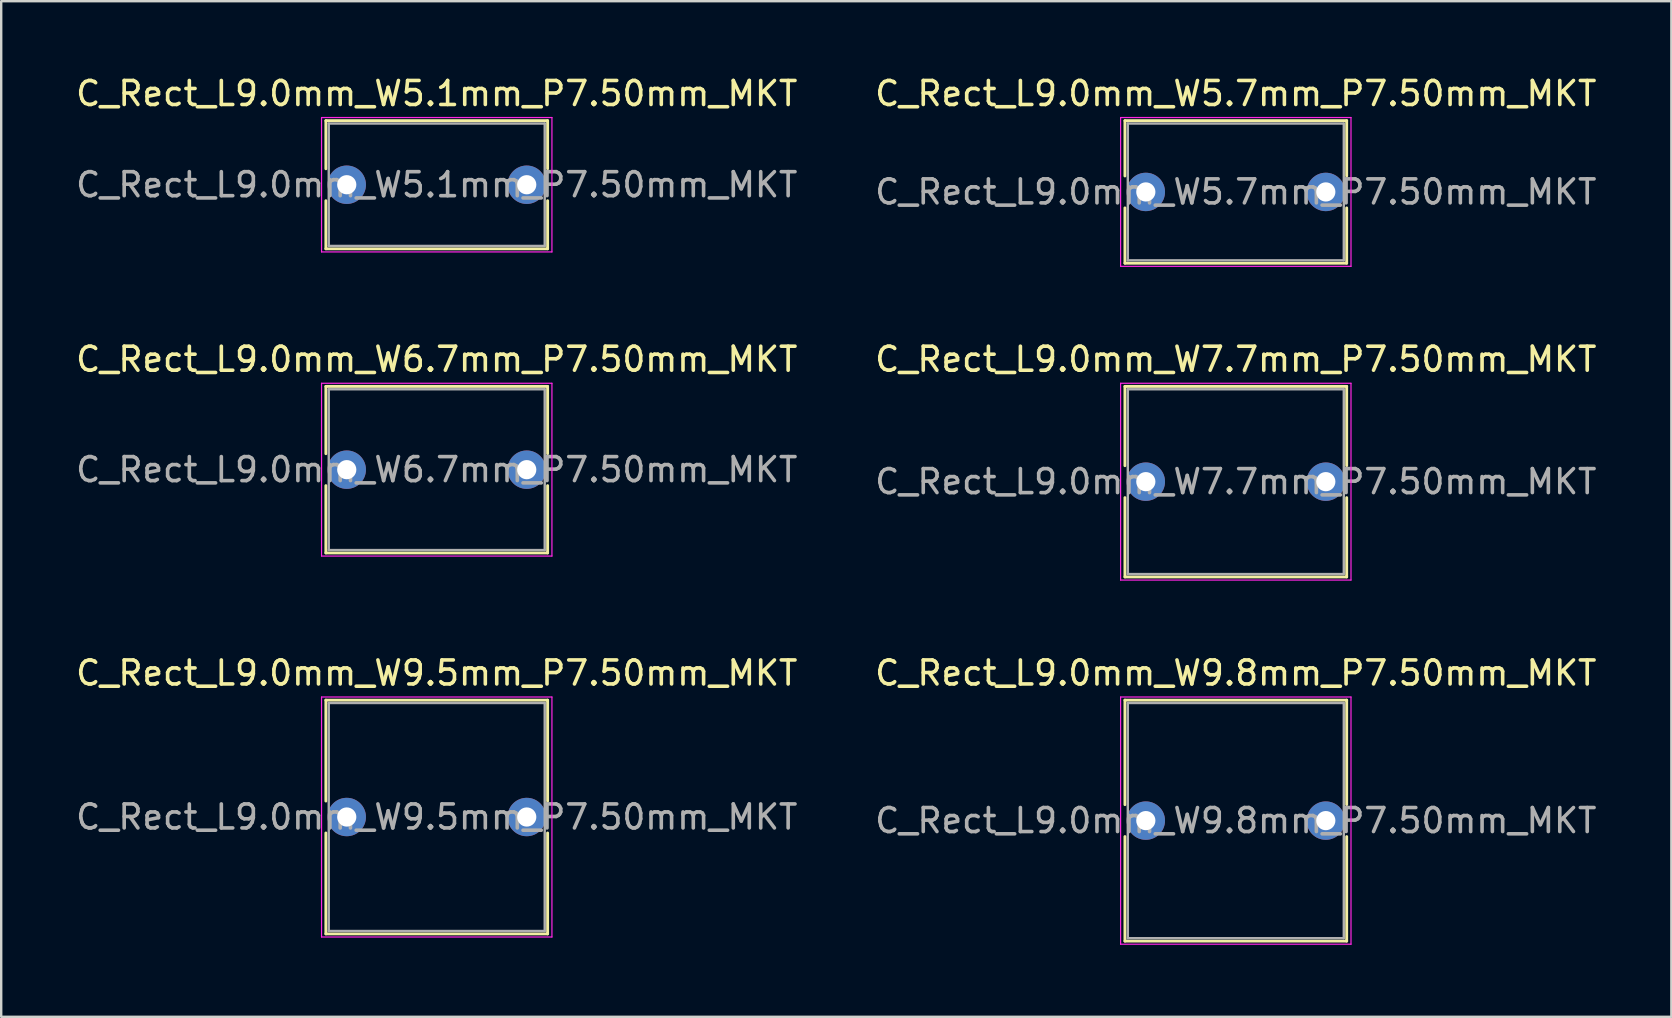
<source format=kicad_pcb>
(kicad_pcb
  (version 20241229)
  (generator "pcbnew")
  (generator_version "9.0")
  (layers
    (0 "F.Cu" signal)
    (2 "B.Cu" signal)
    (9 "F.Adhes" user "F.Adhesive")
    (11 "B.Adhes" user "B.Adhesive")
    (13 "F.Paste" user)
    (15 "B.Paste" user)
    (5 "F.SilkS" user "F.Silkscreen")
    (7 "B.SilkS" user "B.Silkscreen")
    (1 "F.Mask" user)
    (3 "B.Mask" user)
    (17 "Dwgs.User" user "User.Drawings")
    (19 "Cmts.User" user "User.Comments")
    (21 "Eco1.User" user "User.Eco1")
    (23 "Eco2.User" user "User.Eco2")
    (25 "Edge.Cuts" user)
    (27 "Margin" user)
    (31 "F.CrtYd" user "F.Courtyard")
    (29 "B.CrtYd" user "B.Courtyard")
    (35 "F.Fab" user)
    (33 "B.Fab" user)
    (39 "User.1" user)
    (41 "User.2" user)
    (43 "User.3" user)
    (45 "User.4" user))
  (footprint "C_Rect_L9.0mm_W7.7mm_P7.50mm_MKT"
    (layer "F.Cu")
    (at 44.696 17.021)
    (property "Reference" "C_Rect_L9.0mm_W7.7mm_P7.50mm_MKT" (at 3.75 -5.1 0) (layer "F.SilkS") (effects (font (size 1 1) (thickness 0.15))))
    (attr through_hole)
    (fp_line (start -0.87 -3.97) (end -0.87 -0.665) (stroke (width 0.12) (type solid)) (layer "F.SilkS"))
    (fp_line (start -0.87 -3.97) (end 8.37 -3.97) (stroke (width 0.12) (type solid)) (layer "F.SilkS"))
    (fp_line (start -0.87 0.665) (end -0.87 3.97) (stroke (width 0.12) (type solid)) (layer "F.SilkS"))
    (fp_line (start -0.87 3.97) (end 8.37 3.97) (stroke (width 0.12) (type solid)) (layer "F.SilkS"))
    (fp_line (start 8.37 -3.97) (end 8.37 -0.665) (stroke (width 0.12) (type solid)) (layer "F.SilkS"))
    (fp_line (start 8.37 0.665) (end 8.37 3.97) (stroke (width 0.12) (type solid)) (layer "F.SilkS"))
    (fp_line (start -1.05 -4.1) (end -1.05 4.1) (stroke (width 0.05) (type solid)) (layer "F.CrtYd"))
    (fp_line (start -1.05 4.1) (end 8.55 4.1) (stroke (width 0.05) (type solid)) (layer "F.CrtYd"))
    (fp_line (start 8.55 -4.1) (end -1.05 -4.1) (stroke (width 0.05) (type solid)) (layer "F.CrtYd"))
    (fp_line (start 8.55 4.1) (end 8.55 -4.1) (stroke (width 0.05) (type solid)) (layer "F.CrtYd"))
    (fp_line (start -0.75 -3.85) (end -0.75 3.85) (stroke (width 0.1) (type solid)) (layer "F.Fab"))
    (fp_line (start -0.75 3.85) (end 8.25 3.85) (stroke (width 0.1) (type solid)) (layer "F.Fab"))
    (fp_line (start 8.25 -3.85) (end -0.75 -3.85) (stroke (width 0.1) (type solid)) (layer "F.Fab"))
    (fp_line (start 8.25 3.85) (end 8.25 -3.85) (stroke (width 0.1) (type solid)) (layer "F.Fab"))
    (fp_text user "${REFERENCE}" (at 3.75 0 0) (layer "F.Fab") (effects (font (size 1 1) (thickness 0.15))))
    (pad "1" thru_hole circle (at 0 0) (size 1.6 1.6) (drill 0.8) (layers "*.Cu" "*.Mask"))
    (pad "2" thru_hole circle (at 7.5 0) (size 1.6 1.6) (drill 0.8) (layers "*.Cu" "*.Mask")))
  (footprint "C_Rect_L9.0mm_W9.8mm_P7.50mm_MKT"
    (layer "F.Cu")
    (at 44.696 31.145)
    (property "Reference" "C_Rect_L9.0mm_W9.8mm_P7.50mm_MKT" (at 3.75 -6.15 0) (layer "F.SilkS") (effects (font (size 1 1) (thickness 0.15))))
    (attr through_hole)
    (fp_line (start -0.87 -5.02) (end -0.87 -0.665) (stroke (width 0.12) (type solid)) (layer "F.SilkS"))
    (fp_line (start -0.87 -5.02) (end 8.37 -5.02) (stroke (width 0.12) (type solid)) (layer "F.SilkS"))
    (fp_line (start -0.87 0.665) (end -0.87 5.02) (stroke (width 0.12) (type solid)) (layer "F.SilkS"))
    (fp_line (start -0.87 5.02) (end 8.37 5.02) (stroke (width 0.12) (type solid)) (layer "F.SilkS"))
    (fp_line (start 8.37 -5.02) (end 8.37 -0.665) (stroke (width 0.12) (type solid)) (layer "F.SilkS"))
    (fp_line (start 8.37 0.665) (end 8.37 5.02) (stroke (width 0.12) (type solid)) (layer "F.SilkS"))
    (fp_line (start -1.05 -5.15) (end -1.05 5.15) (stroke (width 0.05) (type solid)) (layer "F.CrtYd"))
    (fp_line (start -1.05 5.15) (end 8.55 5.15) (stroke (width 0.05) (type solid)) (layer "F.CrtYd"))
    (fp_line (start 8.55 -5.15) (end -1.05 -5.15) (stroke (width 0.05) (type solid)) (layer "F.CrtYd"))
    (fp_line (start 8.55 5.15) (end 8.55 -5.15) (stroke (width 0.05) (type solid)) (layer "F.CrtYd"))
    (fp_line (start -0.75 -4.9) (end -0.75 4.9) (stroke (width 0.1) (type solid)) (layer "F.Fab"))
    (fp_line (start -0.75 4.9) (end 8.25 4.9) (stroke (width 0.1) (type solid)) (layer "F.Fab"))
    (fp_line (start 8.25 -4.9) (end -0.75 -4.9) (stroke (width 0.1) (type solid)) (layer "F.Fab"))
    (fp_line (start 8.25 4.9) (end 8.25 -4.9) (stroke (width 0.1) (type solid)) (layer "F.Fab"))
    (fp_text user "${REFERENCE}" (at 3.75 0 0) (layer "F.Fab") (effects (font (size 1 1) (thickness 0.15))))
    (pad "1" thru_hole circle (at 0 0) (size 1.6 1.6) (drill 0.8) (layers "*.Cu" "*.Mask"))
    (pad "2" thru_hole circle (at 7.5 0) (size 1.6 1.6) (drill 0.8) (layers "*.Cu" "*.Mask")))
  (footprint "C_Rect_L9.0mm_W6.7mm_P7.50mm_MKT"
    (layer "F.Cu")
    (at 11.399 16.521)
    (property "Reference" "C_Rect_L9.0mm_W6.7mm_P7.50mm_MKT" (at 3.75 -4.6 0) (layer "F.SilkS") (effects (font (size 1 1) (thickness 0.15))))
    (attr through_hole)
    (fp_line (start -0.87 -3.47) (end -0.87 -0.665) (stroke (width 0.12) (type solid)) (layer "F.SilkS"))
    (fp_line (start -0.87 -3.47) (end 8.37 -3.47) (stroke (width 0.12) (type solid)) (layer "F.SilkS"))
    (fp_line (start -0.87 0.665) (end -0.87 3.47) (stroke (width 0.12) (type solid)) (layer "F.SilkS"))
    (fp_line (start -0.87 3.47) (end 8.37 3.47) (stroke (width 0.12) (type solid)) (layer "F.SilkS"))
    (fp_line (start 8.37 -3.47) (end 8.37 -0.665) (stroke (width 0.12) (type solid)) (layer "F.SilkS"))
    (fp_line (start 8.37 0.665) (end 8.37 3.47) (stroke (width 0.12) (type solid)) (layer "F.SilkS"))
    (fp_line (start -1.05 -3.6) (end -1.05 3.6) (stroke (width 0.05) (type solid)) (layer "F.CrtYd"))
    (fp_line (start -1.05 3.6) (end 8.55 3.6) (stroke (width 0.05) (type solid)) (layer "F.CrtYd"))
    (fp_line (start 8.55 -3.6) (end -1.05 -3.6) (stroke (width 0.05) (type solid)) (layer "F.CrtYd"))
    (fp_line (start 8.55 3.6) (end 8.55 -3.6) (stroke (width 0.05) (type solid)) (layer "F.CrtYd"))
    (fp_line (start -0.75 -3.35) (end -0.75 3.35) (stroke (width 0.1) (type solid)) (layer "F.Fab"))
    (fp_line (start -0.75 3.35) (end 8.25 3.35) (stroke (width 0.1) (type solid)) (layer "F.Fab"))
    (fp_line (start 8.25 -3.35) (end -0.75 -3.35) (stroke (width 0.1) (type solid)) (layer "F.Fab"))
    (fp_line (start 8.25 3.35) (end 8.25 -3.35) (stroke (width 0.1) (type solid)) (layer "F.Fab"))
    (fp_text user "${REFERENCE}" (at 3.75 0 0) (layer "F.Fab") (effects (font (size 1 1) (thickness 0.15))))
    (pad "1" thru_hole circle (at 0 0) (size 1.6 1.6) (drill 0.8) (layers "*.Cu" "*.Mask"))
    (pad "2" thru_hole circle (at 7.5 0) (size 1.6 1.6) (drill 0.8) (layers "*.Cu" "*.Mask")))
  (footprint "C_Rect_L9.0mm_W5.7mm_P7.50mm_MKT"
    (layer "F.Cu")
    (at 44.696 4.948)
    (property "Reference" "C_Rect_L9.0mm_W5.7mm_P7.50mm_MKT" (at 3.75 -4.1 0) (layer "F.SilkS") (effects (font (size 1 1) (thickness 0.15))))
    (attr through_hole)
    (fp_line (start -0.87 -2.97) (end -0.87 -0.665) (stroke (width 0.12) (type solid)) (layer "F.SilkS"))
    (fp_line (start -0.87 -2.97) (end 8.37 -2.97) (stroke (width 0.12) (type solid)) (layer "F.SilkS"))
    (fp_line (start -0.87 0.665) (end -0.87 2.97) (stroke (width 0.12) (type solid)) (layer "F.SilkS"))
    (fp_line (start -0.87 2.97) (end 8.37 2.97) (stroke (width 0.12) (type solid)) (layer "F.SilkS"))
    (fp_line (start 8.37 -2.97) (end 8.37 -0.665) (stroke (width 0.12) (type solid)) (layer "F.SilkS"))
    (fp_line (start 8.37 0.665) (end 8.37 2.97) (stroke (width 0.12) (type solid)) (layer "F.SilkS"))
    (fp_line (start -1.05 -3.1) (end -1.05 3.1) (stroke (width 0.05) (type solid)) (layer "F.CrtYd"))
    (fp_line (start -1.05 3.1) (end 8.55 3.1) (stroke (width 0.05) (type solid)) (layer "F.CrtYd"))
    (fp_line (start 8.55 -3.1) (end -1.05 -3.1) (stroke (width 0.05) (type solid)) (layer "F.CrtYd"))
    (fp_line (start 8.55 3.1) (end 8.55 -3.1) (stroke (width 0.05) (type solid)) (layer "F.CrtYd"))
    (fp_line (start -0.75 -2.85) (end -0.75 2.85) (stroke (width 0.1) (type solid)) (layer "F.Fab"))
    (fp_line (start -0.75 2.85) (end 8.25 2.85) (stroke (width 0.1) (type solid)) (layer "F.Fab"))
    (fp_line (start 8.25 -2.85) (end -0.75 -2.85) (stroke (width 0.1) (type solid)) (layer "F.Fab"))
    (fp_line (start 8.25 2.85) (end 8.25 -2.85) (stroke (width 0.1) (type solid)) (layer "F.Fab"))
    (fp_text user "${REFERENCE}" (at 3.75 0 0) (layer "F.Fab") (effects (font (size 1 1) (thickness 0.15))))
    (pad "1" thru_hole circle (at 0 0) (size 1.6 1.6) (drill 0.8) (layers "*.Cu" "*.Mask"))
    (pad "2" thru_hole circle (at 7.5 0) (size 1.6 1.6) (drill 0.8) (layers "*.Cu" "*.Mask")))
  (footprint "C_Rect_L9.0mm_W9.5mm_P7.50mm_MKT"
    (layer "F.Cu")
    (at 11.399 30.995)
    (property "Reference" "C_Rect_L9.0mm_W9.5mm_P7.50mm_MKT" (at 3.75 -6 0) (layer "F.SilkS") (effects (font (size 1 1) (thickness 0.15))))
    (attr through_hole)
    (fp_line (start -0.87 -4.87) (end -0.87 -0.665) (stroke (width 0.12) (type solid)) (layer "F.SilkS"))
    (fp_line (start -0.87 -4.87) (end 8.37 -4.87) (stroke (width 0.12) (type solid)) (layer "F.SilkS"))
    (fp_line (start -0.87 0.665) (end -0.87 4.87) (stroke (width 0.12) (type solid)) (layer "F.SilkS"))
    (fp_line (start -0.87 4.87) (end 8.37 4.87) (stroke (width 0.12) (type solid)) (layer "F.SilkS"))
    (fp_line (start 8.37 -4.87) (end 8.37 -0.665) (stroke (width 0.12) (type solid)) (layer "F.SilkS"))
    (fp_line (start 8.37 0.665) (end 8.37 4.87) (stroke (width 0.12) (type solid)) (layer "F.SilkS"))
    (fp_line (start -1.05 -5) (end -1.05 5) (stroke (width 0.05) (type solid)) (layer "F.CrtYd"))
    (fp_line (start -1.05 5) (end 8.55 5) (stroke (width 0.05) (type solid)) (layer "F.CrtYd"))
    (fp_line (start 8.55 -5) (end -1.05 -5) (stroke (width 0.05) (type solid)) (layer "F.CrtYd"))
    (fp_line (start 8.55 5) (end 8.55 -5) (stroke (width 0.05) (type solid)) (layer "F.CrtYd"))
    (fp_line (start -0.75 -4.75) (end -0.75 4.75) (stroke (width 0.1) (type solid)) (layer "F.Fab"))
    (fp_line (start -0.75 4.75) (end 8.25 4.75) (stroke (width 0.1) (type solid)) (layer "F.Fab"))
    (fp_line (start 8.25 -4.75) (end -0.75 -4.75) (stroke (width 0.1) (type solid)) (layer "F.Fab"))
    (fp_line (start 8.25 4.75) (end 8.25 -4.75) (stroke (width 0.1) (type solid)) (layer "F.Fab"))
    (fp_text user "${REFERENCE}" (at 3.75 0 0) (layer "F.Fab") (effects (font (size 1 1) (thickness 0.15))))
    (pad "1" thru_hole circle (at 0 0) (size 1.6 1.6) (drill 0.8) (layers "*.Cu" "*.Mask"))
    (pad "2" thru_hole circle (at 7.5 0) (size 1.6 1.6) (drill 0.8) (layers "*.Cu" "*.Mask")))
  (footprint "C_Rect_L9.0mm_W5.1mm_P7.50mm_MKT"
    (layer "F.Cu")
    (at 11.399 4.648)
    (property "Reference" "C_Rect_L9.0mm_W5.1mm_P7.50mm_MKT" (at 3.75 -3.8 0) (layer "F.SilkS") (effects (font (size 1 1) (thickness 0.15))))
    (attr through_hole)
    (fp_line (start -0.87 -2.67) (end -0.87 -0.665) (stroke (width 0.12) (type solid)) (layer "F.SilkS"))
    (fp_line (start -0.87 -2.67) (end 8.37 -2.67) (stroke (width 0.12) (type solid)) (layer "F.SilkS"))
    (fp_line (start -0.87 0.665) (end -0.87 2.67) (stroke (width 0.12) (type solid)) (layer "F.SilkS"))
    (fp_line (start -0.87 2.67) (end 8.37 2.67) (stroke (width 0.12) (type solid)) (layer "F.SilkS"))
    (fp_line (start 8.37 -2.67) (end 8.37 -0.665) (stroke (width 0.12) (type solid)) (layer "F.SilkS"))
    (fp_line (start 8.37 0.665) (end 8.37 2.67) (stroke (width 0.12) (type solid)) (layer "F.SilkS"))
    (fp_line (start -1.05 -2.8) (end -1.05 2.8) (stroke (width 0.05) (type solid)) (layer "F.CrtYd"))
    (fp_line (start -1.05 2.8) (end 8.55 2.8) (stroke (width 0.05) (type solid)) (layer "F.CrtYd"))
    (fp_line (start 8.55 -2.8) (end -1.05 -2.8) (stroke (width 0.05) (type solid)) (layer "F.CrtYd"))
    (fp_line (start 8.55 2.8) (end 8.55 -2.8) (stroke (width 0.05) (type solid)) (layer "F.CrtYd"))
    (fp_line (start -0.75 -2.55) (end -0.75 2.55) (stroke (width 0.1) (type solid)) (layer "F.Fab"))
    (fp_line (start -0.75 2.55) (end 8.25 2.55) (stroke (width 0.1) (type solid)) (layer "F.Fab"))
    (fp_line (start 8.25 -2.55) (end -0.75 -2.55) (stroke (width 0.1) (type solid)) (layer "F.Fab"))
    (fp_line (start 8.25 2.55) (end 8.25 -2.55) (stroke (width 0.1) (type solid)) (layer "F.Fab"))
    (fp_text user "${REFERENCE}" (at 3.75 0 0) (layer "F.Fab") (effects (font (size 1 1) (thickness 0.15))))
    (pad "1" thru_hole circle (at 0 0) (size 1.6 1.6) (drill 0.8) (layers "*.Cu" "*.Mask"))
    (pad "2" thru_hole circle (at 7.5 0) (size 1.6 1.6) (drill 0.8) (layers "*.Cu" "*.Mask")))
  (gr_rect
    (start -3 -3)
    (end 66.595 39.32)
    (stroke (width 0.1) (type default))
    (fill no)
    (layer "Edge.Cuts")))
</source>
